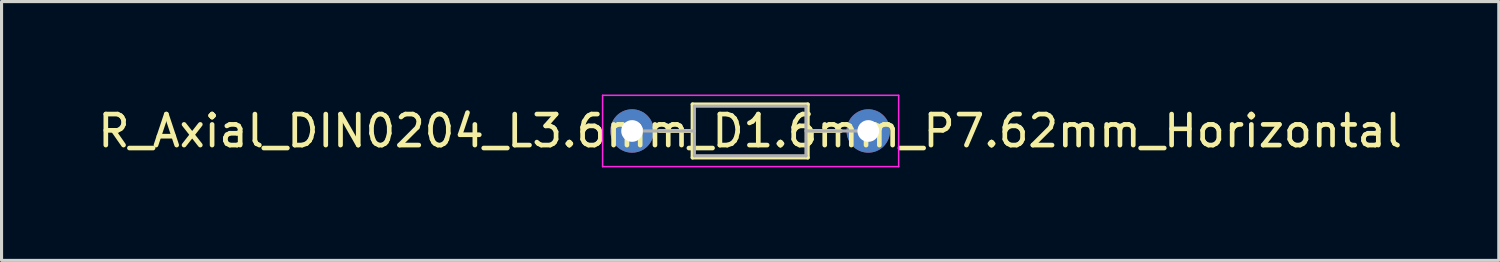
<source format=kicad_pcb>
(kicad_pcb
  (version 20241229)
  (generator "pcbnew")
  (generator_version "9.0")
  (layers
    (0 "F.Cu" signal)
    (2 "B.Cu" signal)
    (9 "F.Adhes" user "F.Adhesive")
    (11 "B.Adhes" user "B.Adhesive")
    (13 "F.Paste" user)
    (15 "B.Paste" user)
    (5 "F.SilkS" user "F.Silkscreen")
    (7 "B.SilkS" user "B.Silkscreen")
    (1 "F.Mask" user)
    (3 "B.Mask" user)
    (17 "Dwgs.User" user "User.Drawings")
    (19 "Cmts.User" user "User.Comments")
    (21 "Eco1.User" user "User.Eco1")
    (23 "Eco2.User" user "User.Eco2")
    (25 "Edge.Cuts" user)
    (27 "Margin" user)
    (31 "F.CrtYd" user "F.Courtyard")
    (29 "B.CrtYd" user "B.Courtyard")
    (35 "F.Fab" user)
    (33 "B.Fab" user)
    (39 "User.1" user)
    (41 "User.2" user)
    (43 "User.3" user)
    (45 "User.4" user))
  (footprint "R_Axial_DIN0204_L3.6mm_D1.6mm_P7.62mm_Horizontal"
    (layer "F.Cu")
    (at 17.339 1.175)
    (property "Reference" "R_Axial_DIN0204_L3.6mm_D1.6mm_P7.62mm_Horizontal" (at 3.81 0 0) (layer "F.SilkS") (effects (font (size 1 1) (thickness 0.15))))
    (attr through_hole)
    (fp_line (start 0.88 0) (end 1.95 0) (stroke (width 0.12) (type solid)) (layer "F.SilkS"))
    (fp_line (start 1.95 -0.86) (end 1.95 0.86) (stroke (width 0.12) (type solid)) (layer "F.SilkS"))
    (fp_line (start 1.95 0.86) (end 5.67 0.86) (stroke (width 0.12) (type solid)) (layer "F.SilkS"))
    (fp_line (start 5.67 -0.86) (end 1.95 -0.86) (stroke (width 0.12) (type solid)) (layer "F.SilkS"))
    (fp_line (start 5.67 0.86) (end 5.67 -0.86) (stroke (width 0.12) (type solid)) (layer "F.SilkS"))
    (fp_line (start 6.74 0) (end 5.67 0) (stroke (width 0.12) (type solid)) (layer "F.SilkS"))
    (fp_line (start -0.95 -1.15) (end -0.95 1.15) (stroke (width 0.05) (type solid)) (layer "F.CrtYd"))
    (fp_line (start -0.95 1.15) (end 8.6 1.15) (stroke (width 0.05) (type solid)) (layer "F.CrtYd"))
    (fp_line (start 8.6 -1.15) (end -0.95 -1.15) (stroke (width 0.05) (type solid)) (layer "F.CrtYd"))
    (fp_line (start 8.6 1.15) (end 8.6 -1.15) (stroke (width 0.05) (type solid)) (layer "F.CrtYd"))
    (fp_line (start 0 0) (end 2.01 0) (stroke (width 0.1) (type solid)) (layer "F.Fab"))
    (fp_line (start 2.01 -0.8) (end 2.01 0.8) (stroke (width 0.1) (type solid)) (layer "F.Fab"))
    (fp_line (start 2.01 0.8) (end 5.61 0.8) (stroke (width 0.1) (type solid)) (layer "F.Fab"))
    (fp_line (start 5.61 -0.8) (end 2.01 -0.8) (stroke (width 0.1) (type solid)) (layer "F.Fab"))
    (fp_line (start 5.61 0.8) (end 5.61 -0.8) (stroke (width 0.1) (type solid)) (layer "F.Fab"))
    (fp_line (start 7.62 0) (end 5.61 0) (stroke (width 0.1) (type solid)) (layer "F.Fab"))
    (pad "1" thru_hole circle (at 0 0) (size 1.4 1.4) (drill 0.7) (layers "*.Cu" "*.Mask"))
    (pad "2" thru_hole oval (at 7.62 0) (size 1.4 1.4) (drill 0.7) (layers "*.Cu" "*.Mask")))
  (gr_rect
    (start -3 -3)
    (end 45.298 5.35)
    (stroke (width 0.1) (type default))
    (fill no)
    (layer "Edge.Cuts")))
</source>
